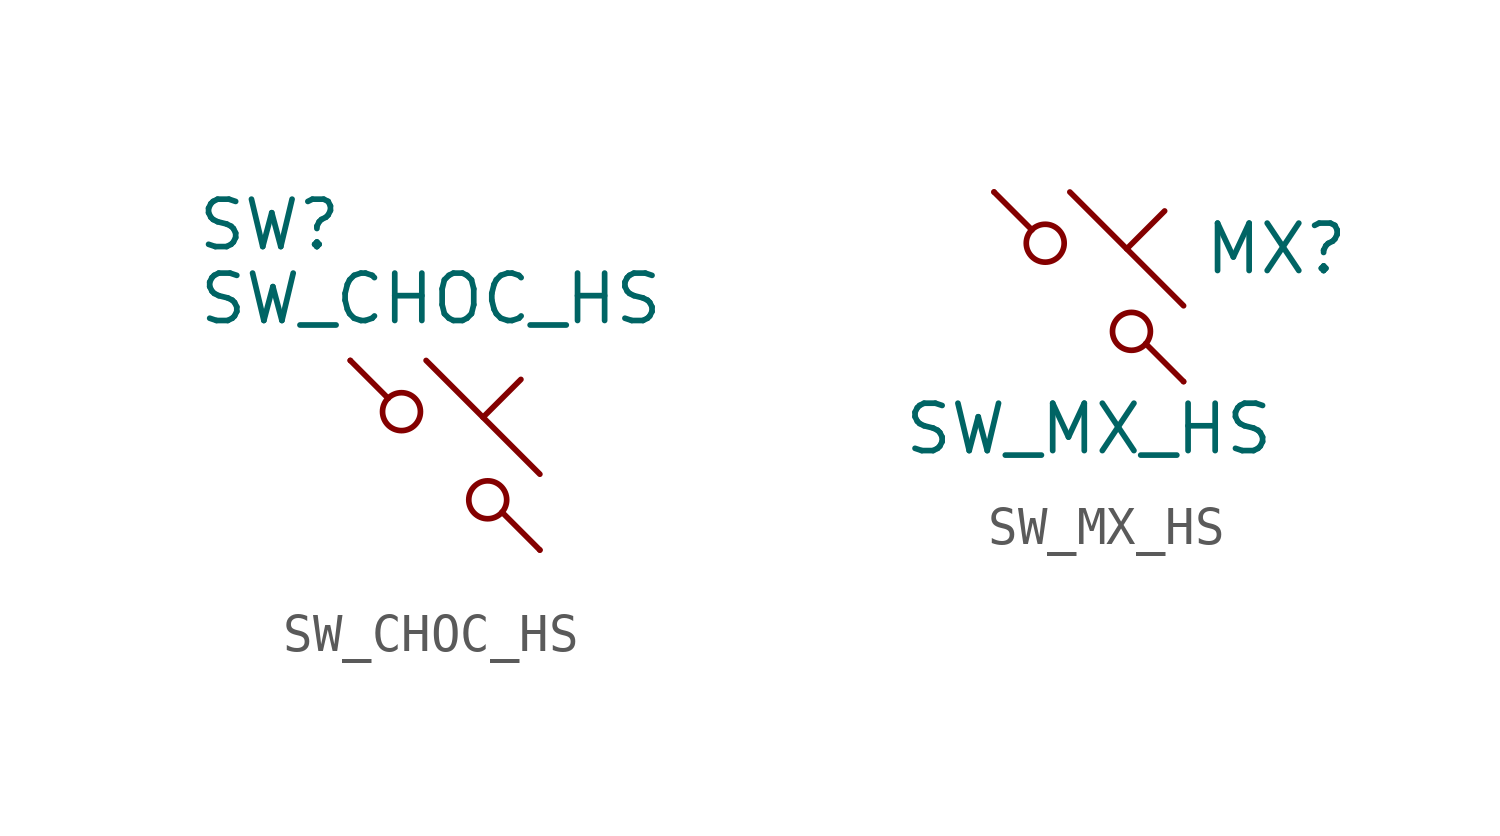
<source format=kicad_sym>
(kicad_symbol_lib
  (version 20220914)
  (generator kicad_symbol_editor)
  (symbol "SW_CHOC_HS"
    (pin_numbers hide)
    (pin_names
      (offset 1.016) hide)
    (property "Reference" "SW"
      (at -6.68 6.172 0)
      (effects (font (size 1.27 1.27)) (justify left)))
    (property "Value" "SW_CHOC_HS"
      (at -0.381 4.191 0)
      (effects (font (size 1.27 1.27))))
    (symbol "SW_CHOC_HS_0_1"
      (circle (center -1.168 1.168) (radius 0.508) (stroke (width 0) (type default)) (fill (type none)))
      (polyline (pts (xy -0.508 2.54) (xy 2.54 -0.508)) (stroke (width 0) (type default)) (fill (type none)))
      (polyline (pts (xy 1.016 1.016) (xy 2.032 2.032)) (stroke (width 0) (type default)) (fill (type none)))
      (polyline (pts (xy -2.54 2.54) (xy -1.524 1.524) (xy -1.524 1.524)) (stroke (width 0) (type default)) (fill (type none)))
      (polyline (pts (xy 1.524 -1.524) (xy 2.54 -2.54) (xy 2.54 -2.54) (xy 2.54 -2.54)) (stroke (width 0) (type default)) (fill (type none)))
      (circle (center 1.143 -1.194) (radius 0.508) (stroke (width 0) (type default)) (fill (type none)))
      (pin passive line (at -2.54 2.54 0) (length 0) (name "1" (effects (font (size 1.27 1.27)))) (number "1" (effects (font (size 1.27 1.27)))))
      (pin passive line (at 2.54 -2.54 180) (length 0) (name "2" (effects (font (size 1.27 1.27)))) (number "2" (effects (font (size 1.27 1.27)))))))
  (symbol "SW_MX_HS"
    (pin_numbers hide)
    (pin_names
      (offset 1.016) hide)
    (property "Reference" "MX"
      (at 3.048 1.016 0)
      (effects (font (size 1.27 1.27)) (justify left)))
    (property "Value" "SW_MX_HS"
      (at 0 -3.81 0)
      (effects (font (size 1.27 1.27))))
    (symbol "SW_MX_HS_0_1"
      (circle (center -1.168 1.168) (radius 0.508) (stroke (width 0) (type default)) (fill (type none)))
      (polyline (pts (xy -0.508 2.54) (xy 2.54 -0.508)) (stroke (width 0) (type default)) (fill (type none)))
      (polyline (pts (xy 1.016 1.016) (xy 2.032 2.032)) (stroke (width 0) (type default)) (fill (type none)))
      (polyline (pts (xy -2.54 2.54) (xy -1.524 1.524) (xy -1.524 1.524)) (stroke (width 0) (type default)) (fill (type none)))
      (polyline (pts (xy 1.524 -1.524) (xy 2.54 -2.54) (xy 2.54 -2.54) (xy 2.54 -2.54)) (stroke (width 0) (type default)) (fill (type none)))
      (circle (center 1.143 -1.194) (radius 0.508) (stroke (width 0) (type default)) (fill (type none)))
      (pin passive line (at -2.54 2.54 0) (length 0) (name "1" (effects (font (size 1.27 1.27)))) (number "1" (effects (font (size 1.27 1.27)))))
      (pin passive line (at 2.54 -2.54 180) (length 0) (name "2" (effects (font (size 1.27 1.27)))) (number "2" (effects (font (size 1.27 1.27))))))))
</source>
